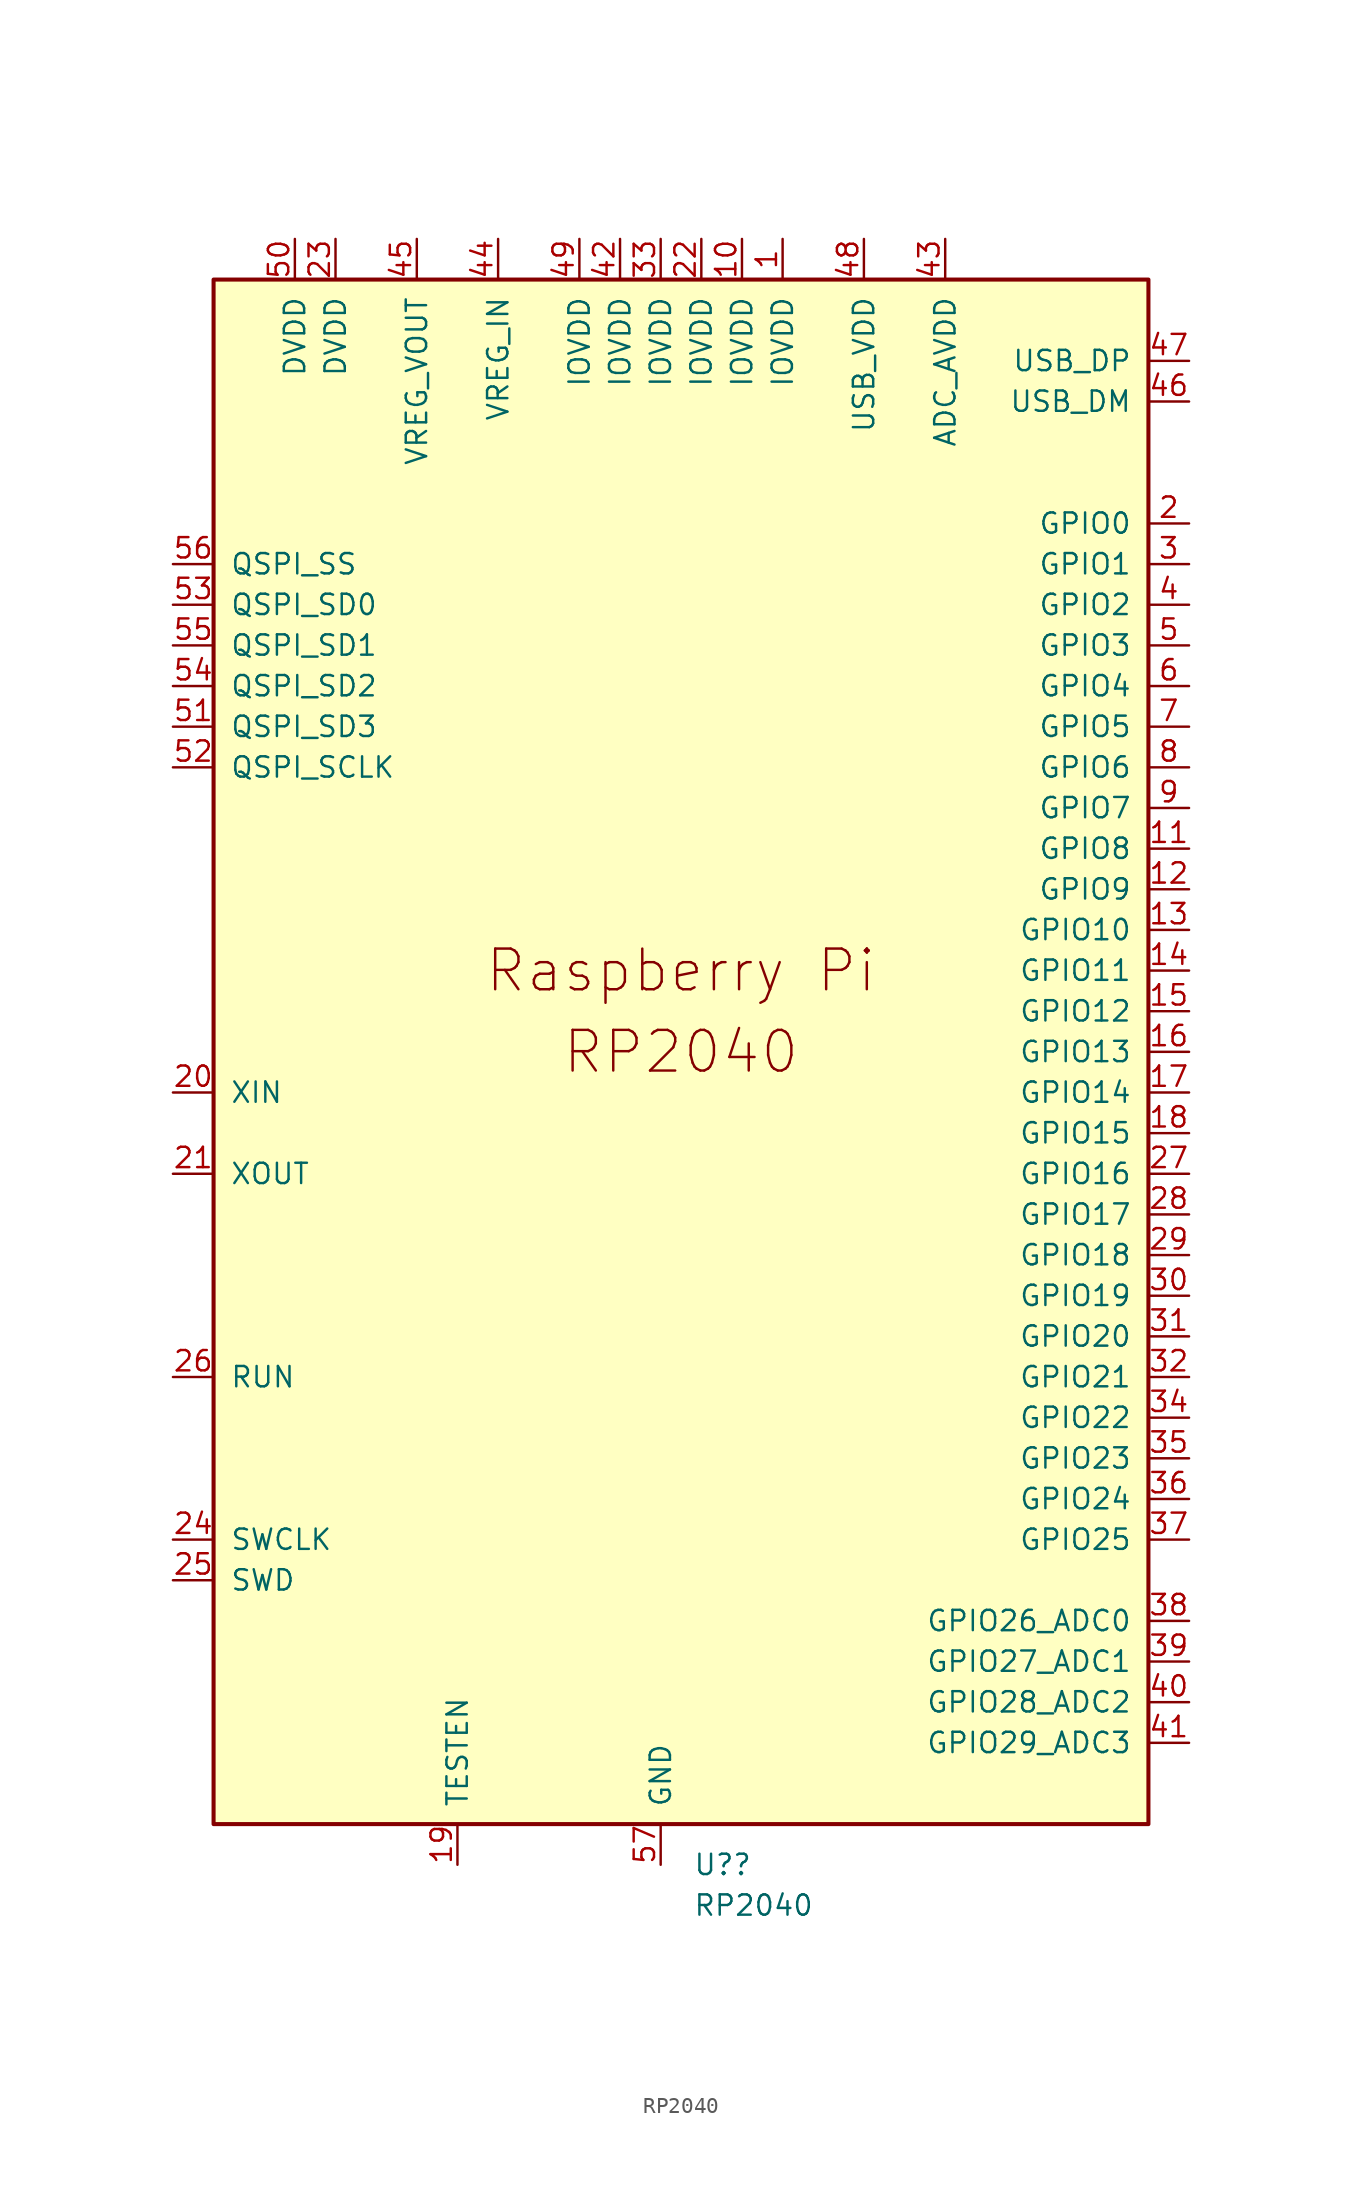
<source format=kicad_sym>
(kicad_symbol_lib
  (version 20211014)
  (generator kicad_symbol_editor)
  (symbol "RP2040"
    (pin_names
      (offset 1.016))
    (property "Reference" "U?"
      (at 2.019 -50.8 0)
      (effects (font (size 1.27 1.27)) (justify left)))
    (property "Value" "RP2040"
      (at 2.019 -53.34 0)
      (effects (font (size 1.27 1.27)) (justify left)))
    (symbol "RP2040_0_0"
      (text "Raspberry Pi" (at 1.27 5.08 0) (effects (font (size 2.54 2.54))))
      (text "RP2040" (at 1.27 0 0) (effects (font (size 2.54 2.54)))))
    (symbol "RP2040_0_1"
      (rectangle (start 30.48 48.26) (end -27.94 -48.26) (stroke (width 0.254) (type default) (color 0 0 0 0)) (fill (type background))))
    (symbol "RP2040_1_1"
      (pin power_in line (at 7.62 50.8 270) (length 2.54) (name "IOVDD" (effects (font (size 1.27 1.27)))) (number "1" (effects (font (size 1.27 1.27)))))
      (pin power_in line (at 5.08 50.8 270) (length 2.54) (name "IOVDD" (effects (font (size 1.27 1.27)))) (number "10" (effects (font (size 1.27 1.27)))))
      (pin bidirectional line (at 33.02 12.7 180) (length 2.54) (name "GPIO8" (effects (font (size 1.27 1.27)))) (number "11" (effects (font (size 1.27 1.27)))))
      (pin bidirectional line (at 33.02 10.16 180) (length 2.54) (name "GPIO9" (effects (font (size 1.27 1.27)))) (number "12" (effects (font (size 1.27 1.27)))))
      (pin bidirectional line (at 33.02 7.62 180) (length 2.54) (name "GPIO10" (effects (font (size 1.27 1.27)))) (number "13" (effects (font (size 1.27 1.27)))))
      (pin bidirectional line (at 33.02 5.08 180) (length 2.54) (name "GPIO11" (effects (font (size 1.27 1.27)))) (number "14" (effects (font (size 1.27 1.27)))))
      (pin bidirectional line (at 33.02 2.54 180) (length 2.54) (name "GPIO12" (effects (font (size 1.27 1.27)))) (number "15" (effects (font (size 1.27 1.27)))))
      (pin bidirectional line (at 33.02 0 180) (length 2.54) (name "GPIO13" (effects (font (size 1.27 1.27)))) (number "16" (effects (font (size 1.27 1.27)))))
      (pin bidirectional line (at 33.02 -2.54 180) (length 2.54) (name "GPIO14" (effects (font (size 1.27 1.27)))) (number "17" (effects (font (size 1.27 1.27)))))
      (pin bidirectional line (at 33.02 -5.08 180) (length 2.54) (name "GPIO15" (effects (font (size 1.27 1.27)))) (number "18" (effects (font (size 1.27 1.27)))))
      (pin passive line (at -12.7 -50.8 90) (length 2.54) (name "TESTEN" (effects (font (size 1.27 1.27)))) (number "19" (effects (font (size 1.27 1.27)))))
      (pin bidirectional line (at 33.02 33.02 180) (length 2.54) (name "GPIO0" (effects (font (size 1.27 1.27)))) (number "2" (effects (font (size 1.27 1.27)))))
      (pin input line (at -30.48 -2.54 0) (length 2.54) (name "XIN" (effects (font (size 1.27 1.27)))) (number "20" (effects (font (size 1.27 1.27)))))
      (pin passive line (at -30.48 -7.62 0) (length 2.54) (name "XOUT" (effects (font (size 1.27 1.27)))) (number "21" (effects (font (size 1.27 1.27)))))
      (pin power_in line (at 2.54 50.8 270) (length 2.54) (name "IOVDD" (effects (font (size 1.27 1.27)))) (number "22" (effects (font (size 1.27 1.27)))))
      (pin power_in line (at -20.32 50.8 270) (length 2.54) (name "DVDD" (effects (font (size 1.27 1.27)))) (number "23" (effects (font (size 1.27 1.27)))))
      (pin output line (at -30.48 -30.48 0) (length 2.54) (name "SWCLK" (effects (font (size 1.27 1.27)))) (number "24" (effects (font (size 1.27 1.27)))))
      (pin bidirectional line (at -30.48 -33.02 0) (length 2.54) (name "SWD" (effects (font (size 1.27 1.27)))) (number "25" (effects (font (size 1.27 1.27)))))
      (pin input line (at -30.48 -20.32 0) (length 2.54) (name "RUN" (effects (font (size 1.27 1.27)))) (number "26" (effects (font (size 1.27 1.27)))))
      (pin bidirectional line (at 33.02 -7.62 180) (length 2.54) (name "GPIO16" (effects (font (size 1.27 1.27)))) (number "27" (effects (font (size 1.27 1.27)))))
      (pin bidirectional line (at 33.02 -10.16 180) (length 2.54) (name "GPIO17" (effects (font (size 1.27 1.27)))) (number "28" (effects (font (size 1.27 1.27)))))
      (pin bidirectional line (at 33.02 -12.7 180) (length 2.54) (name "GPIO18" (effects (font (size 1.27 1.27)))) (number "29" (effects (font (size 1.27 1.27)))))
      (pin bidirectional line (at 33.02 30.48 180) (length 2.54) (name "GPIO1" (effects (font (size 1.27 1.27)))) (number "3" (effects (font (size 1.27 1.27)))))
      (pin bidirectional line (at 33.02 -15.24 180) (length 2.54) (name "GPIO19" (effects (font (size 1.27 1.27)))) (number "30" (effects (font (size 1.27 1.27)))))
      (pin bidirectional line (at 33.02 -17.78 180) (length 2.54) (name "GPIO20" (effects (font (size 1.27 1.27)))) (number "31" (effects (font (size 1.27 1.27)))))
      (pin bidirectional line (at 33.02 -20.32 180) (length 2.54) (name "GPIO21" (effects (font (size 1.27 1.27)))) (number "32" (effects (font (size 1.27 1.27)))))
      (pin power_in line (at 0 50.8 270) (length 2.54) (name "IOVDD" (effects (font (size 1.27 1.27)))) (number "33" (effects (font (size 1.27 1.27)))))
      (pin bidirectional line (at 33.02 -22.86 180) (length 2.54) (name "GPIO22" (effects (font (size 1.27 1.27)))) (number "34" (effects (font (size 1.27 1.27)))))
      (pin bidirectional line (at 33.02 -25.4 180) (length 2.54) (name "GPIO23" (effects (font (size 1.27 1.27)))) (number "35" (effects (font (size 1.27 1.27)))))
      (pin bidirectional line (at 33.02 -27.94 180) (length 2.54) (name "GPIO24" (effects (font (size 1.27 1.27)))) (number "36" (effects (font (size 1.27 1.27)))))
      (pin bidirectional line (at 33.02 -30.48 180) (length 2.54) (name "GPIO25" (effects (font (size 1.27 1.27)))) (number "37" (effects (font (size 1.27 1.27)))))
      (pin bidirectional line (at 33.02 -35.56 180) (length 2.54) (name "GPIO26_ADC0" (effects (font (size 1.27 1.27)))) (number "38" (effects (font (size 1.27 1.27)))))
      (pin bidirectional line (at 33.02 -38.1 180) (length 2.54) (name "GPIO27_ADC1" (effects (font (size 1.27 1.27)))) (number "39" (effects (font (size 1.27 1.27)))))
      (pin bidirectional line (at 33.02 27.94 180) (length 2.54) (name "GPIO2" (effects (font (size 1.27 1.27)))) (number "4" (effects (font (size 1.27 1.27)))))
      (pin bidirectional line (at 33.02 -40.64 180) (length 2.54) (name "GPIO28_ADC2" (effects (font (size 1.27 1.27)))) (number "40" (effects (font (size 1.27 1.27)))))
      (pin bidirectional line (at 33.02 -43.18 180) (length 2.54) (name "GPIO29_ADC3" (effects (font (size 1.27 1.27)))) (number "41" (effects (font (size 1.27 1.27)))))
      (pin power_in line (at -2.54 50.8 270) (length 2.54) (name "IOVDD" (effects (font (size 1.27 1.27)))) (number "42" (effects (font (size 1.27 1.27)))))
      (pin power_in line (at 17.78 50.8 270) (length 2.54) (name "ADC_AVDD" (effects (font (size 1.27 1.27)))) (number "43" (effects (font (size 1.27 1.27)))))
      (pin power_in line (at -10.16 50.8 270) (length 2.54) (name "VREG_IN" (effects (font (size 1.27 1.27)))) (number "44" (effects (font (size 1.27 1.27)))))
      (pin power_out line (at -15.24 50.8 270) (length 2.54) (name "VREG_VOUT" (effects (font (size 1.27 1.27)))) (number "45" (effects (font (size 1.27 1.27)))))
      (pin bidirectional line (at 33.02 40.64 180) (length 2.54) (name "USB_DM" (effects (font (size 1.27 1.27)))) (number "46" (effects (font (size 1.27 1.27)))))
      (pin bidirectional line (at 33.02 43.18 180) (length 2.54) (name "USB_DP" (effects (font (size 1.27 1.27)))) (number "47" (effects (font (size 1.27 1.27)))))
      (pin power_in line (at 12.7 50.8 270) (length 2.54) (name "USB_VDD" (effects (font (size 1.27 1.27)))) (number "48" (effects (font (size 1.27 1.27)))))
      (pin power_in line (at -5.08 50.8 270) (length 2.54) (name "IOVDD" (effects (font (size 1.27 1.27)))) (number "49" (effects (font (size 1.27 1.27)))))
      (pin bidirectional line (at 33.02 25.4 180) (length 2.54) (name "GPIO3" (effects (font (size 1.27 1.27)))) (number "5" (effects (font (size 1.27 1.27)))))
      (pin power_in line (at -22.86 50.8 270) (length 2.54) (name "DVDD" (effects (font (size 1.27 1.27)))) (number "50" (effects (font (size 1.27 1.27)))))
      (pin bidirectional line (at -30.48 20.32 0) (length 2.54) (name "QSPI_SD3" (effects (font (size 1.27 1.27)))) (number "51" (effects (font (size 1.27 1.27)))))
      (pin output line (at -30.48 17.78 0) (length 2.54) (name "QSPI_SCLK" (effects (font (size 1.27 1.27)))) (number "52" (effects (font (size 1.27 1.27)))))
      (pin bidirectional line (at -30.48 27.94 0) (length 2.54) (name "QSPI_SD0" (effects (font (size 1.27 1.27)))) (number "53" (effects (font (size 1.27 1.27)))))
      (pin bidirectional line (at -30.48 22.86 0) (length 2.54) (name "QSPI_SD2" (effects (font (size 1.27 1.27)))) (number "54" (effects (font (size 1.27 1.27)))))
      (pin bidirectional line (at -30.48 25.4 0) (length 2.54) (name "QSPI_SD1" (effects (font (size 1.27 1.27)))) (number "55" (effects (font (size 1.27 1.27)))))
      (pin bidirectional line (at -30.48 30.48 0) (length 2.54) (name "QSPI_SS" (effects (font (size 1.27 1.27)))) (number "56" (effects (font (size 1.27 1.27)))))
      (pin power_in line (at 0 -50.8 90) (length 2.54) (name "GND" (effects (font (size 1.27 1.27)))) (number "57" (effects (font (size 1.27 1.27)))))
      (pin bidirectional line (at 33.02 22.86 180) (length 2.54) (name "GPIO4" (effects (font (size 1.27 1.27)))) (number "6" (effects (font (size 1.27 1.27)))))
      (pin bidirectional line (at 33.02 20.32 180) (length 2.54) (name "GPIO5" (effects (font (size 1.27 1.27)))) (number "7" (effects (font (size 1.27 1.27)))))
      (pin bidirectional line (at 33.02 17.78 180) (length 2.54) (name "GPIO6" (effects (font (size 1.27 1.27)))) (number "8" (effects (font (size 1.27 1.27)))))
      (pin bidirectional line (at 33.02 15.24 180) (length 2.54) (name "GPIO7" (effects (font (size 1.27 1.27)))) (number "9" (effects (font (size 1.27 1.27))))))))
</source>
